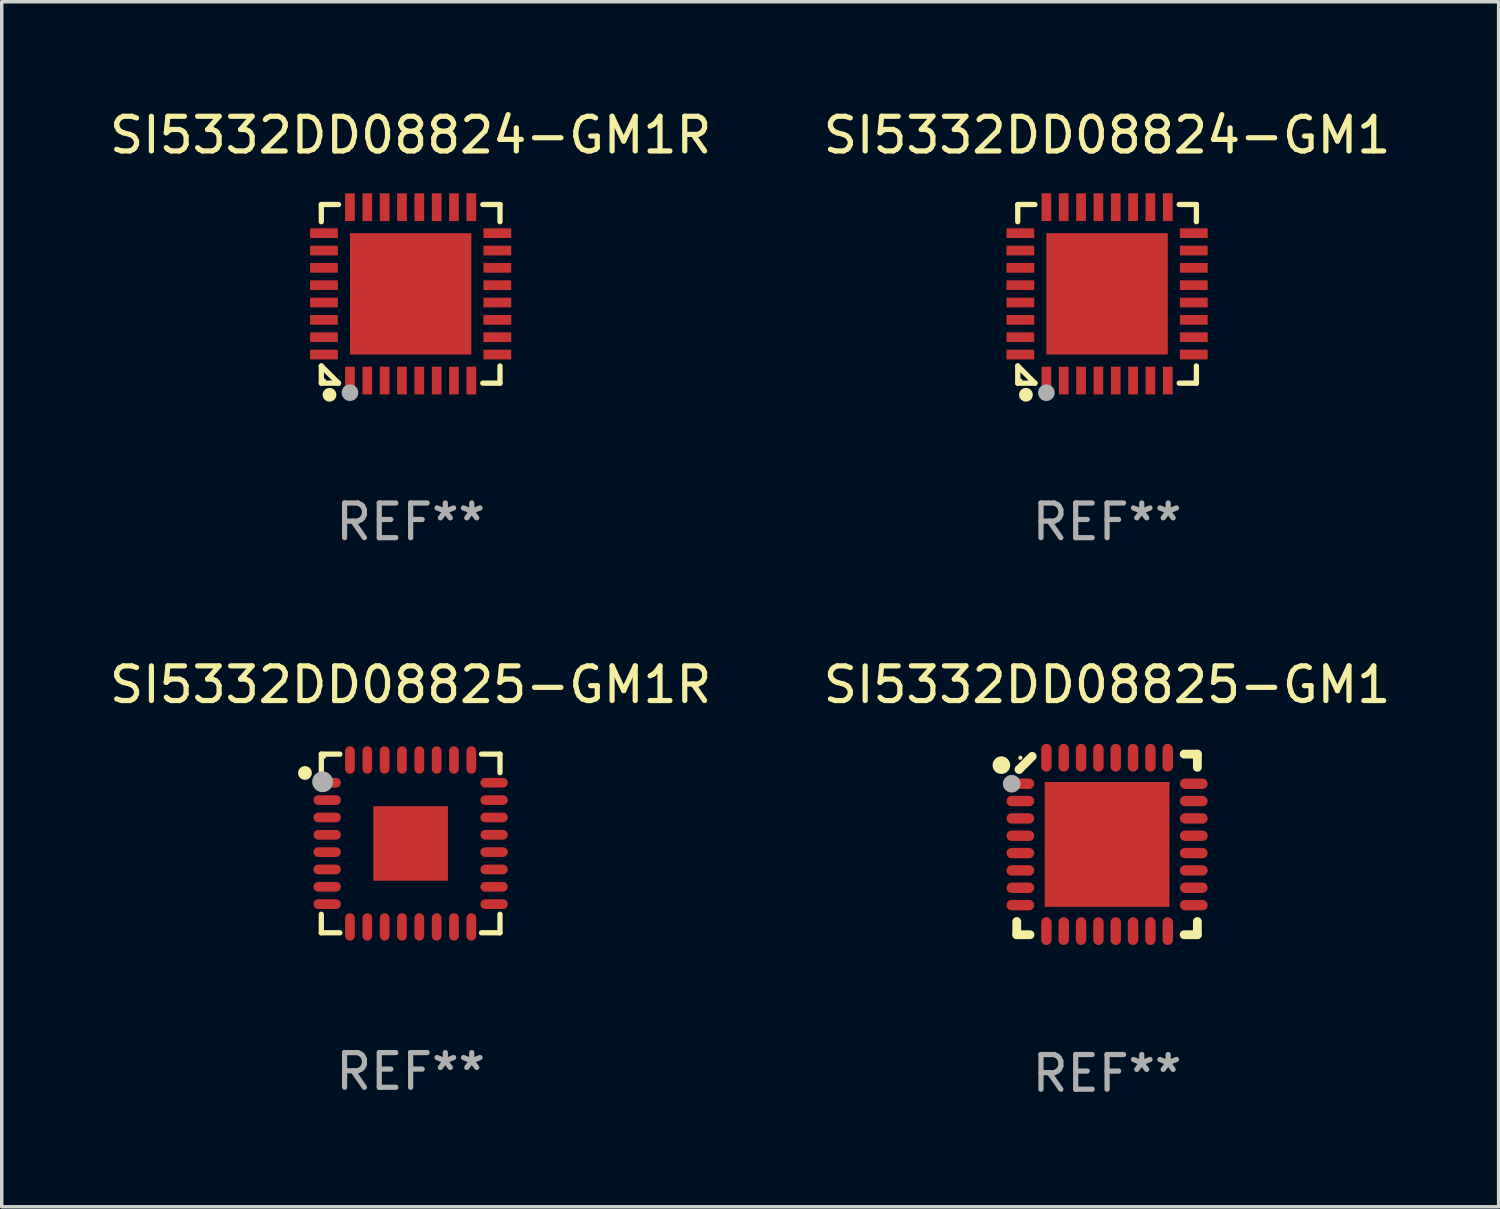
<source format=kicad_pcb>
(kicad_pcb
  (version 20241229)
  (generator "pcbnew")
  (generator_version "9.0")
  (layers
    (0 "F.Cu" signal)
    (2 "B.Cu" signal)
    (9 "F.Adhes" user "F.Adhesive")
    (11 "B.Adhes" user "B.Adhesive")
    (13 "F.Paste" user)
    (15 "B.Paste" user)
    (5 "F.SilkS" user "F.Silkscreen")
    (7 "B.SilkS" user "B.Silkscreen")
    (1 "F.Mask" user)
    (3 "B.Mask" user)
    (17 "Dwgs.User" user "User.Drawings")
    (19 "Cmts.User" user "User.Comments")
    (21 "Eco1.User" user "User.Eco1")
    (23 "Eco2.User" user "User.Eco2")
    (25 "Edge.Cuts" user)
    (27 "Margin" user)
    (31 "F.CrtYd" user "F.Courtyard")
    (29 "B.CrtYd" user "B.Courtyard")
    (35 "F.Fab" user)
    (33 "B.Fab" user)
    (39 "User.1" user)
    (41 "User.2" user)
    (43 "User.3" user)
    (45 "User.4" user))
  (footprint "SI5332DD08825-GM1R"
    (layer "F.Cu")
    (at 8.792 21.273)
    (property "Reference" "SI5332DD08825-GM1R" (at 0 -4.576 0) (layer "F.SilkS") (effects (font (size 1 1) (thickness 0.15))))
    (attr through_hole)
    (fp_line (start -2.576 -2.576) (end -2.042 -2.576) (stroke (width 0.152) (type solid)) (layer "F.SilkS"))
    (fp_line (start -2.576 -2.042) (end -2.576 -2.576) (stroke (width 0.152) (type solid)) (layer "F.SilkS"))
    (fp_line (start -2.576 2.042) (end -2.576 2.576) (stroke (width 0.152) (type solid)) (layer "F.SilkS"))
    (fp_line (start -2.576 2.576) (end -2.042 2.576) (stroke (width 0.152) (type solid)) (layer "F.SilkS"))
    (fp_line (start 2.576 -2.576) (end 2.042 -2.576) (stroke (width 0.152) (type solid)) (layer "F.SilkS"))
    (fp_line (start 2.576 -2.042) (end 2.576 -2.576) (stroke (width 0.152) (type solid)) (layer "F.SilkS"))
    (fp_line (start 2.576 2.042) (end 2.576 2.576) (stroke (width 0.152) (type solid)) (layer "F.SilkS"))
    (fp_line (start 2.576 2.576) (end 2.042 2.576) (stroke (width 0.152) (type solid)) (layer "F.SilkS"))
    (fp_circle (center -3.048 -2.032) (end -2.948 -2.032) (stroke (width 0.2) (type solid)) (fill no) (layer "F.SilkS"))
    (fp_circle (center -2.5 -2.5) (end -2.47 -2.5) (stroke (width 0.06) (type solid)) (fill no) (layer "F.SilkS"))
    (fp_circle (center -2.54 -1.778) (end -2.39 -1.778) (stroke (width 0.3) (type solid)) (fill no) (layer "F.Fab"))
    (fp_text user "REF**" (at 0 6.576 0) (layer "F.Fab") (effects (font (size 1 1) (thickness 0.15))))
    (pad "1" smd oval (at -2.407 -1.75) (size 0.79 0.28) (layers "F.Cu" "F.Mask" "F.Paste"))
    (pad "2" smd oval (at -2.407 -1.25) (size 0.79 0.28) (layers "F.Cu" "F.Mask" "F.Paste"))
    (pad "3" smd oval (at -2.407 -0.75) (size 0.79 0.28) (layers "F.Cu" "F.Mask" "F.Paste"))
    (pad "4" smd oval (at -2.407 -0.25) (size 0.79 0.28) (layers "F.Cu" "F.Mask" "F.Paste"))
    (pad "5" smd oval (at -2.407 0.25) (size 0.79 0.28) (layers "F.Cu" "F.Mask" "F.Paste"))
    (pad "6" smd oval (at -2.407 0.75) (size 0.79 0.28) (layers "F.Cu" "F.Mask" "F.Paste"))
    (pad "7" smd oval (at -2.407 1.25) (size 0.79 0.28) (layers "F.Cu" "F.Mask" "F.Paste"))
    (pad "8" smd oval (at -2.407 1.75) (size 0.79 0.28) (layers "F.Cu" "F.Mask" "F.Paste"))
    (pad "9" smd oval (at -1.75 2.407) (size 0.28 0.79) (layers "F.Cu" "F.Mask" "F.Paste"))
    (pad "10" smd oval (at -1.25 2.407) (size 0.28 0.79) (layers "F.Cu" "F.Mask" "F.Paste"))
    (pad "11" smd oval (at -0.75 2.407) (size 0.28 0.79) (layers "F.Cu" "F.Mask" "F.Paste"))
    (pad "12" smd oval (at -0.25 2.407) (size 0.28 0.79) (layers "F.Cu" "F.Mask" "F.Paste"))
    (pad "13" smd oval (at 0.25 2.407) (size 0.28 0.79) (layers "F.Cu" "F.Mask" "F.Paste"))
    (pad "14" smd oval (at 0.75 2.407) (size 0.28 0.79) (layers "F.Cu" "F.Mask" "F.Paste"))
    (pad "15" smd oval (at 1.25 2.407) (size 0.28 0.79) (layers "F.Cu" "F.Mask" "F.Paste"))
    (pad "16" smd oval (at 1.75 2.407) (size 0.28 0.79) (layers "F.Cu" "F.Mask" "F.Paste"))
    (pad "17" smd oval (at 2.407 1.75) (size 0.79 0.28) (layers "F.Cu" "F.Mask" "F.Paste"))
    (pad "18" smd oval (at 2.407 1.25) (size 0.79 0.28) (layers "F.Cu" "F.Mask" "F.Paste"))
    (pad "19" smd oval (at 2.407 0.75) (size 0.79 0.28) (layers "F.Cu" "F.Mask" "F.Paste"))
    (pad "20" smd oval (at 2.407 0.25) (size 0.79 0.28) (layers "F.Cu" "F.Mask" "F.Paste"))
    (pad "21" smd oval (at 2.407 -0.25) (size 0.79 0.28) (layers "F.Cu" "F.Mask" "F.Paste"))
    (pad "22" smd oval (at 2.407 -0.75) (size 0.79 0.28) (layers "F.Cu" "F.Mask" "F.Paste"))
    (pad "23" smd oval (at 2.407 -1.25) (size 0.79 0.28) (layers "F.Cu" "F.Mask" "F.Paste"))
    (pad "24" smd oval (at 2.407 -1.75) (size 0.79 0.28) (layers "F.Cu" "F.Mask" "F.Paste"))
    (pad "25" smd oval (at 1.75 -2.407) (size 0.28 0.79) (layers "F.Cu" "F.Mask" "F.Paste"))
    (pad "26" smd oval (at 1.25 -2.407) (size 0.28 0.79) (layers "F.Cu" "F.Mask" "F.Paste"))
    (pad "27" smd oval (at 0.75 -2.407) (size 0.28 0.79) (layers "F.Cu" "F.Mask" "F.Paste"))
    (pad "28" smd oval (at 0.25 -2.407) (size 0.28 0.79) (layers "F.Cu" "F.Mask" "F.Paste"))
    (pad "29" smd oval (at -0.25 -2.407) (size 0.28 0.79) (layers "F.Cu" "F.Mask" "F.Paste"))
    (pad "30" smd oval (at -0.75 -2.407) (size 0.28 0.79) (layers "F.Cu" "F.Mask" "F.Paste"))
    (pad "31" smd oval (at -1.25 -2.407) (size 0.28 0.79) (layers "F.Cu" "F.Mask" "F.Paste"))
    (pad "32" smd oval (at -1.75 -2.407) (size 0.28 0.79) (layers "F.Cu" "F.Mask" "F.Paste"))
    (pad "33" smd rect (at -0.000013 0.000013) (size 2.15 2.15) (layers "F.Cu" "F.Mask" "F.Paste")))
  (footprint "SI5332DD08824-GM1R"
    (layer "F.Cu")
    (at 8.792 5.424)
    (property "Reference" "SI5332DD08824-GM1R" (at 0 -4.576 0) (layer "F.SilkS") (effects (font (size 1 1) (thickness 0.15))))
    (attr through_hole)
    (fp_line (start -2.576 -2.576) (end -2.08 -2.576) (stroke (width 0.152) (type solid)) (layer "F.SilkS"))
    (fp_line (start -2.576 -2.08) (end -2.576 -2.576) (stroke (width 0.152) (type solid)) (layer "F.SilkS"))
    (fp_line (start -2.576 2.08) (end -2.576 2.576) (stroke (width 0.152) (type solid)) (layer "F.SilkS"))
    (fp_line (start -2.576 2.08) (end -2.08 2.576) (stroke (width 0.152) (type solid)) (layer "F.SilkS"))
    (fp_line (start -2.576 2.576) (end -2.08 2.576) (stroke (width 0.152) (type solid)) (layer "F.SilkS"))
    (fp_line (start 2.576 -2.576) (end 2.08 -2.576) (stroke (width 0.152) (type solid)) (layer "F.SilkS"))
    (fp_line (start 2.576 -2.08) (end 2.576 -2.576) (stroke (width 0.152) (type solid)) (layer "F.SilkS"))
    (fp_line (start 2.576 2.08) (end 2.576 2.576) (stroke (width 0.152) (type solid)) (layer "F.SilkS"))
    (fp_line (start 2.576 2.576) (end 2.08 2.576) (stroke (width 0.152) (type solid)) (layer "F.SilkS"))
    (fp_circle (center -2.5 2.5) (end -2.47 2.5) (stroke (width 0.06) (type solid)) (fill no) (layer "F.SilkS"))
    (fp_circle (center -2.34 2.91) (end -2.24 2.91) (stroke (width 0.2) (type solid)) (fill no) (layer "F.SilkS"))
    (fp_circle (center -1.75 2.85) (end -1.63 2.85) (stroke (width 0.24) (type solid)) (fill no) (layer "F.Fab"))
    (fp_text user "REF**" (at 0 6.576 0) (layer "F.Fab") (effects (font (size 1 1) (thickness 0.15))))
    (pad "1" smd rect (at -1.75 2.5) (size 0.28 0.8) (layers "F.Cu" "F.Mask" "F.Paste"))
    (pad "2" smd rect (at -1.25 2.5) (size 0.28 0.8) (layers "F.Cu" "F.Mask" "F.Paste"))
    (pad "3" smd rect (at -0.75 2.5) (size 0.28 0.8) (layers "F.Cu" "F.Mask" "F.Paste"))
    (pad "4" smd rect (at -0.25 2.5) (size 0.28 0.8) (layers "F.Cu" "F.Mask" "F.Paste"))
    (pad "5" smd rect (at 0.25 2.5) (size 0.28 0.8) (layers "F.Cu" "F.Mask" "F.Paste"))
    (pad "6" smd rect (at 0.75 2.5) (size 0.28 0.8) (layers "F.Cu" "F.Mask" "F.Paste"))
    (pad "7" smd rect (at 1.25 2.5) (size 0.28 0.8) (layers "F.Cu" "F.Mask" "F.Paste"))
    (pad "8" smd rect (at 1.75 2.5) (size 0.28 0.8) (layers "F.Cu" "F.Mask" "F.Paste"))
    (pad "9" smd rect (at 2.5 1.75) (size 0.8 0.28) (layers "F.Cu" "F.Mask" "F.Paste"))
    (pad "10" smd rect (at 2.5 1.25) (size 0.8 0.28) (layers "F.Cu" "F.Mask" "F.Paste"))
    (pad "11" smd rect (at 2.5 0.75) (size 0.8 0.28) (layers "F.Cu" "F.Mask" "F.Paste"))
    (pad "12" smd rect (at 2.5 0.25) (size 0.8 0.28) (layers "F.Cu" "F.Mask" "F.Paste"))
    (pad "13" smd rect (at 2.5 -0.25) (size 0.8 0.28) (layers "F.Cu" "F.Mask" "F.Paste"))
    (pad "14" smd rect (at 2.5 -0.75) (size 0.8 0.28) (layers "F.Cu" "F.Mask" "F.Paste"))
    (pad "15" smd rect (at 2.5 -1.25) (size 0.8 0.28) (layers "F.Cu" "F.Mask" "F.Paste"))
    (pad "16" smd rect (at 2.5 -1.75) (size 0.8 0.28) (layers "F.Cu" "F.Mask" "F.Paste"))
    (pad "17" smd rect (at 1.75 -2.5) (size 0.28 0.8) (layers "F.Cu" "F.Mask" "F.Paste"))
    (pad "18" smd rect (at 1.25 -2.5) (size 0.28 0.8) (layers "F.Cu" "F.Mask" "F.Paste"))
    (pad "19" smd rect (at 0.75 -2.5) (size 0.28 0.8) (layers "F.Cu" "F.Mask" "F.Paste"))
    (pad "20" smd rect (at 0.25 -2.5) (size 0.28 0.8) (layers "F.Cu" "F.Mask" "F.Paste"))
    (pad "21" smd rect (at -0.25 -2.5) (size 0.28 0.8) (layers "F.Cu" "F.Mask" "F.Paste"))
    (pad "22" smd rect (at -0.75 -2.5) (size 0.28 0.8) (layers "F.Cu" "F.Mask" "F.Paste"))
    (pad "23" smd rect (at -1.25 -2.5) (size 0.28 0.8) (layers "F.Cu" "F.Mask" "F.Paste"))
    (pad "24" smd rect (at -1.75 -2.5) (size 0.28 0.8) (layers "F.Cu" "F.Mask" "F.Paste"))
    (pad "25" smd rect (at -2.5 -1.75) (size 0.8 0.28) (layers "F.Cu" "F.Mask" "F.Paste"))
    (pad "26" smd rect (at -2.5 -1.25) (size 0.8 0.28) (layers "F.Cu" "F.Mask" "F.Paste"))
    (pad "27" smd rect (at -2.5 -0.75) (size 0.8 0.28) (layers "F.Cu" "F.Mask" "F.Paste"))
    (pad "28" smd rect (at -2.5 -0.25) (size 0.8 0.28) (layers "F.Cu" "F.Mask" "F.Paste"))
    (pad "29" smd rect (at -2.5 0.25) (size 0.8 0.28) (layers "F.Cu" "F.Mask" "F.Paste"))
    (pad "30" smd rect (at -2.5 0.75) (size 0.8 0.28) (layers "F.Cu" "F.Mask" "F.Paste"))
    (pad "31" smd rect (at -2.5 1.25) (size 0.8 0.28) (layers "F.Cu" "F.Mask" "F.Paste"))
    (pad "32" smd rect (at -2.5 1.75) (size 0.8 0.28) (layers "F.Cu" "F.Mask" "F.Paste"))
    (pad "33" smd rect (at 0 0) (size 3.5 3.5) (layers "F.Cu" "F.Mask" "F.Paste")))
  (footprint "SI5332DD08824-GM1"
    (layer "F.Cu")
    (at 28.875 5.424)
    (property "Reference" "SI5332DD08824-GM1" (at 0 -4.576 0) (layer "F.SilkS") (effects (font (size 1 1) (thickness 0.15))))
    (attr through_hole)
    (fp_line (start -2.576 -2.576) (end -2.08 -2.576) (stroke (width 0.152) (type solid)) (layer "F.SilkS"))
    (fp_line (start -2.576 -2.08) (end -2.576 -2.576) (stroke (width 0.152) (type solid)) (layer "F.SilkS"))
    (fp_line (start -2.576 2.08) (end -2.576 2.576) (stroke (width 0.152) (type solid)) (layer "F.SilkS"))
    (fp_line (start -2.576 2.08) (end -2.08 2.576) (stroke (width 0.152) (type solid)) (layer "F.SilkS"))
    (fp_line (start -2.576 2.576) (end -2.08 2.576) (stroke (width 0.152) (type solid)) (layer "F.SilkS"))
    (fp_line (start 2.576 -2.576) (end 2.08 -2.576) (stroke (width 0.152) (type solid)) (layer "F.SilkS"))
    (fp_line (start 2.576 -2.08) (end 2.576 -2.576) (stroke (width 0.152) (type solid)) (layer "F.SilkS"))
    (fp_line (start 2.576 2.08) (end 2.576 2.576) (stroke (width 0.152) (type solid)) (layer "F.SilkS"))
    (fp_line (start 2.576 2.576) (end 2.08 2.576) (stroke (width 0.152) (type solid)) (layer "F.SilkS"))
    (fp_circle (center -2.5 2.5) (end -2.47 2.5) (stroke (width 0.06) (type solid)) (fill no) (layer "F.SilkS"))
    (fp_circle (center -2.34 2.91) (end -2.24 2.91) (stroke (width 0.2) (type solid)) (fill no) (layer "F.SilkS"))
    (fp_circle (center -1.75 2.85) (end -1.63 2.85) (stroke (width 0.24) (type solid)) (fill no) (layer "F.Fab"))
    (fp_text user "REF**" (at 0 6.576 0) (layer "F.Fab") (effects (font (size 1 1) (thickness 0.15))))
    (pad "1" smd rect (at -1.75 2.5) (size 0.28 0.8) (layers "F.Cu" "F.Mask" "F.Paste"))
    (pad "2" smd rect (at -1.25 2.5) (size 0.28 0.8) (layers "F.Cu" "F.Mask" "F.Paste"))
    (pad "3" smd rect (at -0.75 2.5) (size 0.28 0.8) (layers "F.Cu" "F.Mask" "F.Paste"))
    (pad "4" smd rect (at -0.25 2.5) (size 0.28 0.8) (layers "F.Cu" "F.Mask" "F.Paste"))
    (pad "5" smd rect (at 0.25 2.5) (size 0.28 0.8) (layers "F.Cu" "F.Mask" "F.Paste"))
    (pad "6" smd rect (at 0.75 2.5) (size 0.28 0.8) (layers "F.Cu" "F.Mask" "F.Paste"))
    (pad "7" smd rect (at 1.25 2.5) (size 0.28 0.8) (layers "F.Cu" "F.Mask" "F.Paste"))
    (pad "8" smd rect (at 1.75 2.5) (size 0.28 0.8) (layers "F.Cu" "F.Mask" "F.Paste"))
    (pad "9" smd rect (at 2.5 1.75) (size 0.8 0.28) (layers "F.Cu" "F.Mask" "F.Paste"))
    (pad "10" smd rect (at 2.5 1.25) (size 0.8 0.28) (layers "F.Cu" "F.Mask" "F.Paste"))
    (pad "11" smd rect (at 2.5 0.75) (size 0.8 0.28) (layers "F.Cu" "F.Mask" "F.Paste"))
    (pad "12" smd rect (at 2.5 0.25) (size 0.8 0.28) (layers "F.Cu" "F.Mask" "F.Paste"))
    (pad "13" smd rect (at 2.5 -0.25) (size 0.8 0.28) (layers "F.Cu" "F.Mask" "F.Paste"))
    (pad "14" smd rect (at 2.5 -0.75) (size 0.8 0.28) (layers "F.Cu" "F.Mask" "F.Paste"))
    (pad "15" smd rect (at 2.5 -1.25) (size 0.8 0.28) (layers "F.Cu" "F.Mask" "F.Paste"))
    (pad "16" smd rect (at 2.5 -1.75) (size 0.8 0.28) (layers "F.Cu" "F.Mask" "F.Paste"))
    (pad "17" smd rect (at 1.75 -2.5) (size 0.28 0.8) (layers "F.Cu" "F.Mask" "F.Paste"))
    (pad "18" smd rect (at 1.25 -2.5) (size 0.28 0.8) (layers "F.Cu" "F.Mask" "F.Paste"))
    (pad "19" smd rect (at 0.75 -2.5) (size 0.28 0.8) (layers "F.Cu" "F.Mask" "F.Paste"))
    (pad "20" smd rect (at 0.25 -2.5) (size 0.28 0.8) (layers "F.Cu" "F.Mask" "F.Paste"))
    (pad "21" smd rect (at -0.25 -2.5) (size 0.28 0.8) (layers "F.Cu" "F.Mask" "F.Paste"))
    (pad "22" smd rect (at -0.75 -2.5) (size 0.28 0.8) (layers "F.Cu" "F.Mask" "F.Paste"))
    (pad "23" smd rect (at -1.25 -2.5) (size 0.28 0.8) (layers "F.Cu" "F.Mask" "F.Paste"))
    (pad "24" smd rect (at -1.75 -2.5) (size 0.28 0.8) (layers "F.Cu" "F.Mask" "F.Paste"))
    (pad "25" smd rect (at -2.5 -1.75) (size 0.8 0.28) (layers "F.Cu" "F.Mask" "F.Paste"))
    (pad "26" smd rect (at -2.5 -1.25) (size 0.8 0.28) (layers "F.Cu" "F.Mask" "F.Paste"))
    (pad "27" smd rect (at -2.5 -0.75) (size 0.8 0.28) (layers "F.Cu" "F.Mask" "F.Paste"))
    (pad "28" smd rect (at -2.5 -0.25) (size 0.8 0.28) (layers "F.Cu" "F.Mask" "F.Paste"))
    (pad "29" smd rect (at -2.5 0.25) (size 0.8 0.28) (layers "F.Cu" "F.Mask" "F.Paste"))
    (pad "30" smd rect (at -2.5 0.75) (size 0.8 0.28) (layers "F.Cu" "F.Mask" "F.Paste"))
    (pad "31" smd rect (at -2.5 1.25) (size 0.8 0.28) (layers "F.Cu" "F.Mask" "F.Paste"))
    (pad "32" smd rect (at -2.5 1.75) (size 0.8 0.28) (layers "F.Cu" "F.Mask" "F.Paste"))
    (pad "33" smd rect (at 0 0) (size 3.5 3.5) (layers "F.Cu" "F.Mask" "F.Paste")))
  (footprint "SI5332DD08825-GM1"
    (layer "F.Cu")
    (at 28.875 21.301)
    (property "Reference" "SI5332DD08825-GM1" (at 0 -4.604 0) (layer "F.SilkS") (effects (font (size 1 1) (thickness 0.15))))
    (attr through_hole)
    (fp_line (start -2.604 2.223) (end -2.604 2.604) (stroke (width 0.254) (type solid)) (layer "F.SilkS"))
    (fp_line (start -2.604 2.604) (end -2.223 2.604) (stroke (width 0.254) (type solid)) (layer "F.SilkS"))
    (fp_line (start -2.159 -2.54) (end -2.54 -2.159) (stroke (width 0.254) (type solid)) (layer "F.SilkS"))
    (fp_line (start 2.223 2.604) (end 2.604 2.604) (stroke (width 0.254) (type solid)) (layer "F.SilkS"))
    (fp_line (start 2.604 -2.604) (end 2.223 -2.604) (stroke (width 0.254) (type solid)) (layer "F.SilkS"))
    (fp_line (start 2.604 -2.223) (end 2.604 -2.604) (stroke (width 0.254) (type solid)) (layer "F.SilkS"))
    (fp_line (start 2.604 2.604) (end 2.604 2.223) (stroke (width 0.254) (type solid)) (layer "F.SilkS"))
    (fp_circle (center -3.048 -2.286) (end -2.921 -2.286) (stroke (width 0.254) (type solid)) (fill no) (layer "F.SilkS"))
    (fp_circle (center -2.5 -2.5) (end -2.47 -2.5) (stroke (width 0.06) (type solid)) (fill no) (layer "F.SilkS"))
    (fp_circle (center -2.75 -1.75) (end -2.623 -1.75) (stroke (width 0.254) (type solid)) (fill no) (layer "F.Fab"))
    (fp_text user "REF**" (at 0 6.604 0) (layer "F.Fab") (effects (font (size 1 1) (thickness 0.15))))
    (pad "1" smd oval (at -2.5 -1.75) (size 0.8 0.3) (layers "F.Cu" "F.Mask" "F.Paste"))
    (pad "2" smd oval (at -2.5 -1.25) (size 0.8 0.3) (layers "F.Cu" "F.Mask" "F.Paste"))
    (pad "3" smd oval (at -2.5 -0.75) (size 0.8 0.3) (layers "F.Cu" "F.Mask" "F.Paste"))
    (pad "4" smd oval (at -2.5 -0.25) (size 0.8 0.3) (layers "F.Cu" "F.Mask" "F.Paste"))
    (pad "5" smd oval (at -2.5 0.25) (size 0.8 0.3) (layers "F.Cu" "F.Mask" "F.Paste"))
    (pad "6" smd oval (at -2.5 0.75) (size 0.8 0.3) (layers "F.Cu" "F.Mask" "F.Paste"))
    (pad "7" smd oval (at -2.5 1.25) (size 0.8 0.3) (layers "F.Cu" "F.Mask" "F.Paste"))
    (pad "8" smd oval (at -2.5 1.75) (size 0.8 0.3) (layers "F.Cu" "F.Mask" "F.Paste"))
    (pad "9" smd oval (at -1.75 2.5) (size 0.3 0.8) (layers "F.Cu" "F.Mask" "F.Paste"))
    (pad "10" smd oval (at -1.25 2.5) (size 0.3 0.8) (layers "F.Cu" "F.Mask" "F.Paste"))
    (pad "11" smd oval (at -0.75 2.5) (size 0.3 0.8) (layers "F.Cu" "F.Mask" "F.Paste"))
    (pad "12" smd oval (at -0.25 2.5) (size 0.3 0.8) (layers "F.Cu" "F.Mask" "F.Paste"))
    (pad "13" smd oval (at 0.25 2.5) (size 0.3 0.8) (layers "F.Cu" "F.Mask" "F.Paste"))
    (pad "14" smd oval (at 0.75 2.5) (size 0.3 0.8) (layers "F.Cu" "F.Mask" "F.Paste"))
    (pad "15" smd oval (at 1.25 2.5) (size 0.3 0.8) (layers "F.Cu" "F.Mask" "F.Paste"))
    (pad "16" smd oval (at 1.75 2.5) (size 0.3 0.8) (layers "F.Cu" "F.Mask" "F.Paste"))
    (pad "17" smd oval (at 2.5 1.75) (size 0.8 0.3) (layers "F.Cu" "F.Mask" "F.Paste"))
    (pad "18" smd oval (at 2.5 1.25) (size 0.8 0.3) (layers "F.Cu" "F.Mask" "F.Paste"))
    (pad "19" smd oval (at 2.5 0.75) (size 0.8 0.3) (layers "F.Cu" "F.Mask" "F.Paste"))
    (pad "20" smd oval (at 2.5 0.25) (size 0.8 0.3) (layers "F.Cu" "F.Mask" "F.Paste"))
    (pad "21" smd oval (at 2.5 -0.25) (size 0.8 0.3) (layers "F.Cu" "F.Mask" "F.Paste"))
    (pad "22" smd oval (at 2.5 -0.75) (size 0.8 0.3) (layers "F.Cu" "F.Mask" "F.Paste"))
    (pad "23" smd oval (at 2.5 -1.25) (size 0.8 0.3) (layers "F.Cu" "F.Mask" "F.Paste"))
    (pad "24" smd oval (at 2.5 -1.75) (size 0.8 0.3) (layers "F.Cu" "F.Mask" "F.Paste"))
    (pad "25" smd oval (at 1.75 -2.5) (size 0.3 0.8) (layers "F.Cu" "F.Mask" "F.Paste"))
    (pad "26" smd oval (at 1.25 -2.5) (size 0.3 0.8) (layers "F.Cu" "F.Mask" "F.Paste"))
    (pad "27" smd oval (at 0.75 -2.5) (size 0.3 0.8) (layers "F.Cu" "F.Mask" "F.Paste"))
    (pad "28" smd oval (at 0.25 -2.5) (size 0.3 0.8) (layers "F.Cu" "F.Mask" "F.Paste"))
    (pad "29" smd oval (at -0.25 -2.5) (size 0.3 0.8) (layers "F.Cu" "F.Mask" "F.Paste"))
    (pad "30" smd oval (at -0.75 -2.5) (size 0.3 0.8) (layers "F.Cu" "F.Mask" "F.Paste"))
    (pad "31" smd oval (at -1.25 -2.5) (size 0.3 0.8) (layers "F.Cu" "F.Mask" "F.Paste"))
    (pad "32" smd oval (at -1.75 -2.5) (size 0.3 0.8) (layers "F.Cu" "F.Mask" "F.Paste"))
    (pad "33" smd rect (at -0.000076 0) (size 3.6 3.6) (layers "F.Cu" "F.Mask" "F.Paste")))
  (gr_rect
    (start -3 -3)
    (end 40.167 31.752)
    (stroke (width 0.1) (type default))
    (fill no)
    (layer "Edge.Cuts")))
</source>
